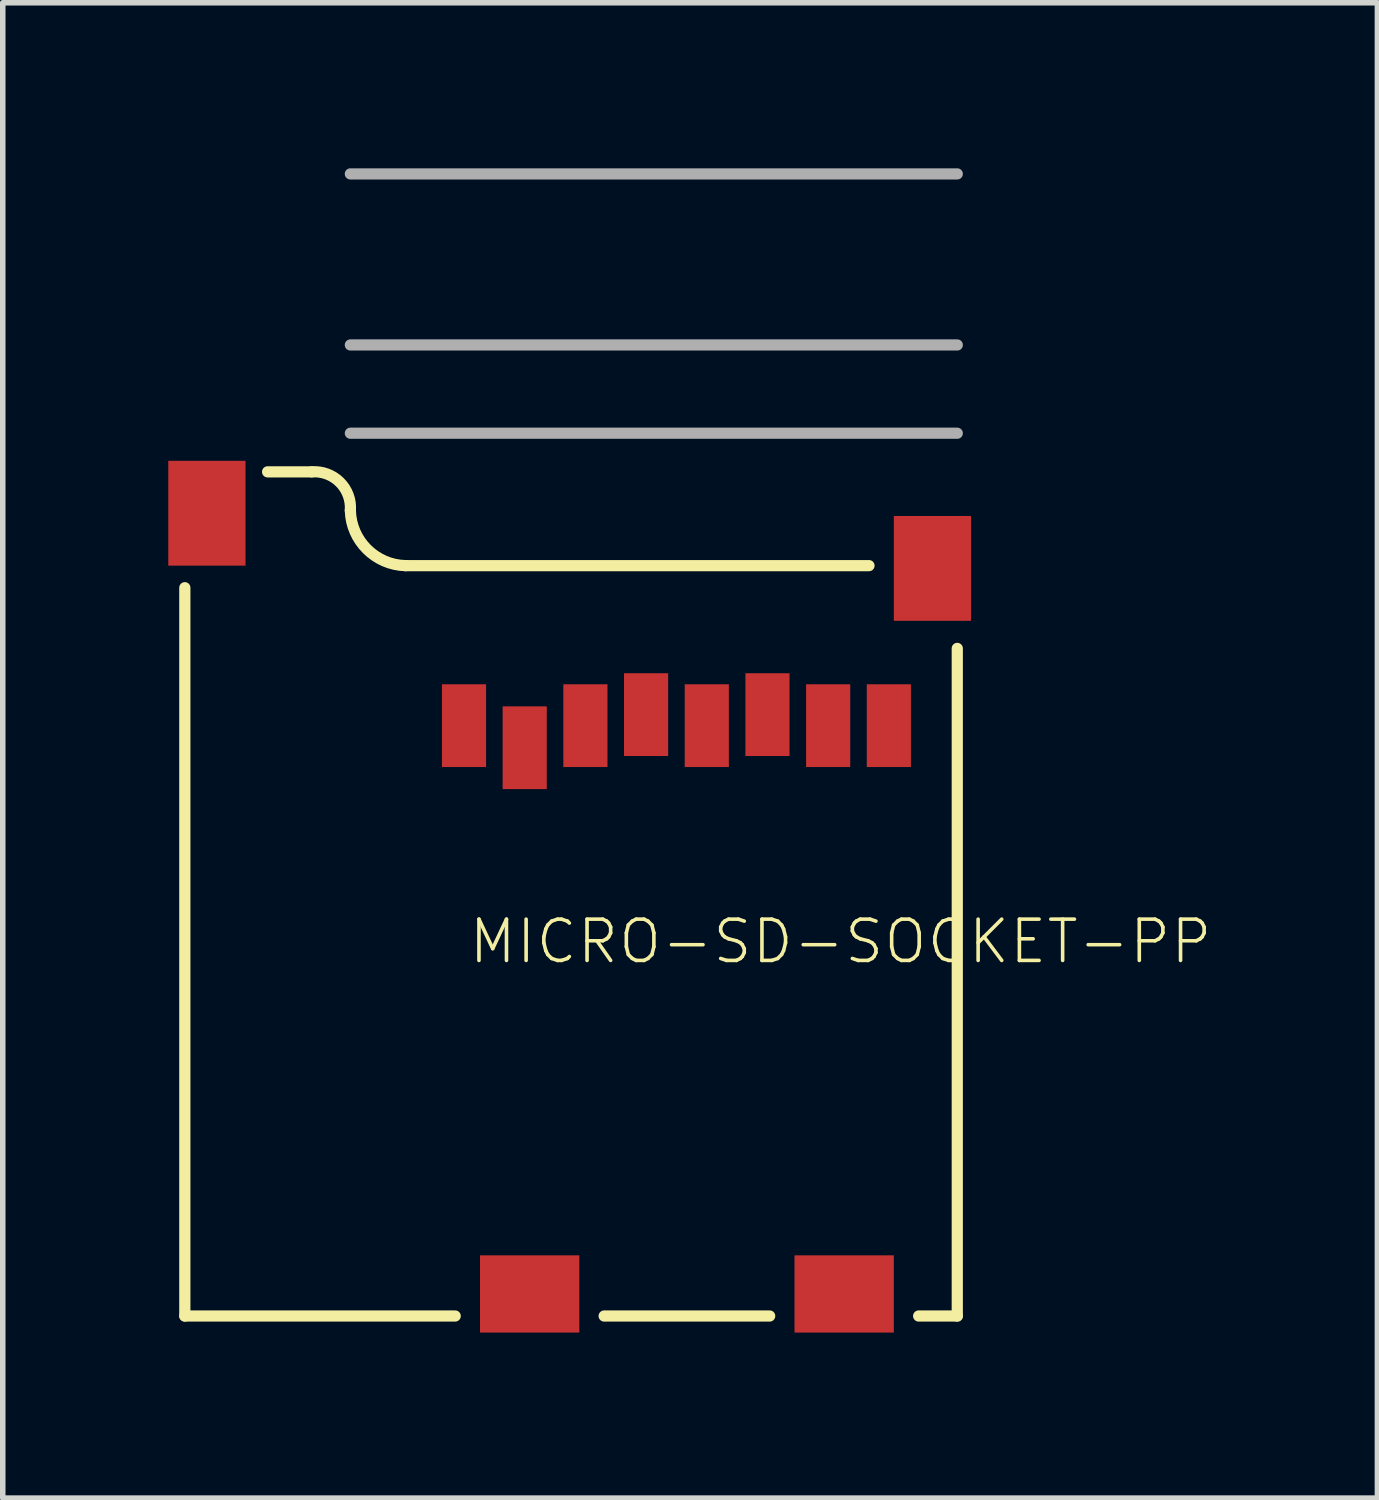
<source format=kicad_pcb>
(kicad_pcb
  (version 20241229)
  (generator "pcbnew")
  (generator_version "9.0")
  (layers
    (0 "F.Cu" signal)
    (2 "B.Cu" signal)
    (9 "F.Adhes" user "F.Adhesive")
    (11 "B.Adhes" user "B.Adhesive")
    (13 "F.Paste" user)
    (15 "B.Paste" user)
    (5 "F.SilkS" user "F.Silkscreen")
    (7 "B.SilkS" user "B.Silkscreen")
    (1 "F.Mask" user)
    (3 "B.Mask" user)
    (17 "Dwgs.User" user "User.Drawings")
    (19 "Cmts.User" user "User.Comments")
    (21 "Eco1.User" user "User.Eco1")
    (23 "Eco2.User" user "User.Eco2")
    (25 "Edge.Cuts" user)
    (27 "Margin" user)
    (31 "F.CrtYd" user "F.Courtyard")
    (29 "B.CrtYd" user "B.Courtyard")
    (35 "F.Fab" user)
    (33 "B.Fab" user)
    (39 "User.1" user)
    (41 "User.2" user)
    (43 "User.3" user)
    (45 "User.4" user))
  (footprint "MICRO-SD-SOCKET-PP"
    (layer "F.Cu")
    (at 14.3 20.802)
    (property "Reference" "MICRO-SD-SOCKET-PP" (at -8.89 -6.35 0) (layer "F.SilkS") (effects (font (size 0.748 0.748) (thickness 0.065)) (justify left bottom)))
    (fp_line (start -14 0) (end -14 -13.2) (stroke (width 0.203) (type solid)) (layer "F.SilkS"))
    (fp_line (start -14 0) (end -9.1 0) (stroke (width 0.203) (type solid)) (layer "F.SilkS"))
    (fp_line (start -11.7 -15.3) (end -12.5 -15.3) (stroke (width 0.203) (type solid)) (layer "F.SilkS"))
    (fp_line (start -10 -13.6) (end -1.6 -13.6) (stroke (width 0.203) (type solid)) (layer "F.SilkS"))
    (fp_line (start -3.4 0) (end -6.4 0) (stroke (width 0.203) (type solid)) (layer "F.SilkS"))
    (fp_line (start 0 -12.1) (end 0 0) (stroke (width 0.203) (type solid)) (layer "F.SilkS"))
    (fp_line (start 0 0) (end -0.7 0) (stroke (width 0.203) (type solid)) (layer "F.SilkS"))
    (fp_arc (start -11.699999 -15.299999) (mid -11.189022 -15.110977) (end -11 -14.6) (stroke (width 0.2032) (type solid)) (layer "F.SilkS"))
    (fp_arc (start -10.000001 -13.599999) (mid -10.700001 -13.9) (end -11 -14.6) (stroke (width 0.2032) (type solid)) (layer "F.SilkS"))
    (fp_line (start -11 -16) (end 0 -16) (stroke (width 0.203) (type solid)) (layer "F.Fab"))
    (fp_line (start 0 -20.7) (end -11 -20.7) (stroke (width 0.203) (type solid)) (layer "F.Fab"))
    (fp_line (start 0 -17.6) (end -11 -17.6) (stroke (width 0.203) (type solid)) (layer "F.Fab"))
    (pad "1" smd rect (at -8.94 -10.7) (size 0.8 1.5) (layers "F.Cu" "F.Mask" "F.Paste"))
    (pad "2" smd rect (at -7.84 -10.3) (size 0.8 1.5) (layers "F.Cu" "F.Mask" "F.Paste"))
    (pad "3" smd rect (at -6.74 -10.7) (size 0.8 1.5) (layers "F.Cu" "F.Mask" "F.Paste"))
    (pad "4" smd rect (at -5.64 -10.9) (size 0.8 1.5) (layers "F.Cu" "F.Mask" "F.Paste"))
    (pad "5" smd rect (at -4.54 -10.7) (size 0.8 1.5) (layers "F.Cu" "F.Mask" "F.Paste"))
    (pad "6" smd rect (at -3.44 -10.9) (size 0.8 1.5) (layers "F.Cu" "F.Mask" "F.Paste"))
    (pad "7" smd rect (at -2.34 -10.7) (size 0.8 1.5) (layers "F.Cu" "F.Mask" "F.Paste"))
    (pad "8" smd rect (at -1.24 -10.7) (size 0.8 1.5) (layers "F.Cu" "F.Mask" "F.Paste"))
    (pad "CD1" smd rect (at -7.75 -0.4) (size 1.8 1.4) (layers "F.Cu" "F.Mask" "F.Paste"))
    (pad "CD2" smd rect (at -2.05 -0.4) (size 1.8 1.4) (layers "F.Cu" "F.Mask" "F.Paste"))
    (pad "GND1" smd rect (at -13.6 -14.55) (size 1.4 1.9) (layers "F.Cu" "F.Mask" "F.Paste"))
    (pad "GND2" smd rect (at -0.45 -13.55) (size 1.4 1.9) (layers "F.Cu" "F.Mask" "F.Paste")))
  (gr_rect
    (start -3 -3)
    (end 21.915 24.102)
    (stroke (width 0.1) (type default))
    (fill no)
    (layer "Edge.Cuts")))
</source>
